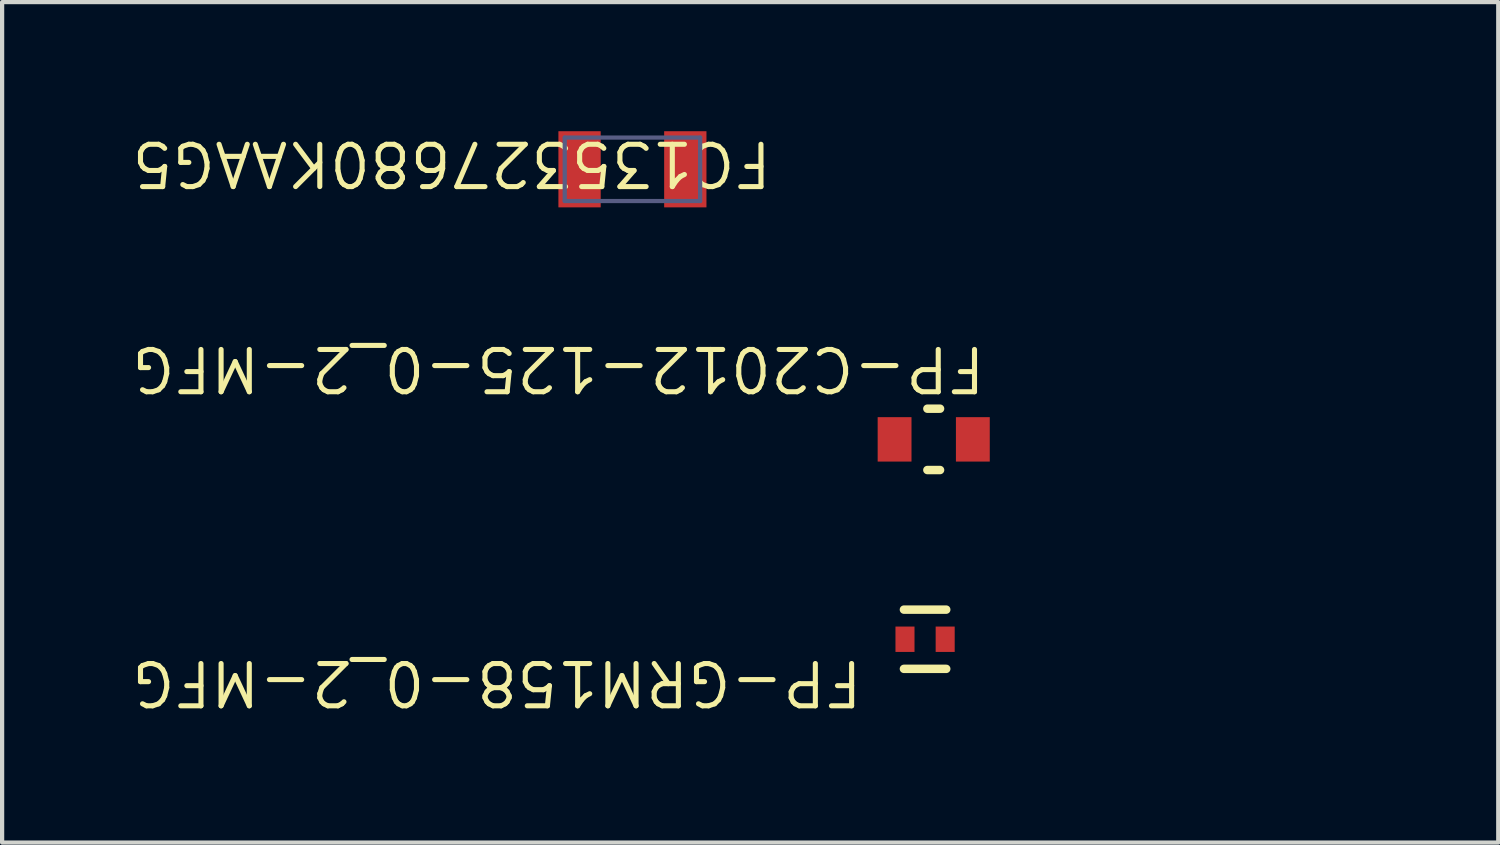
<source format=kicad_pcb>
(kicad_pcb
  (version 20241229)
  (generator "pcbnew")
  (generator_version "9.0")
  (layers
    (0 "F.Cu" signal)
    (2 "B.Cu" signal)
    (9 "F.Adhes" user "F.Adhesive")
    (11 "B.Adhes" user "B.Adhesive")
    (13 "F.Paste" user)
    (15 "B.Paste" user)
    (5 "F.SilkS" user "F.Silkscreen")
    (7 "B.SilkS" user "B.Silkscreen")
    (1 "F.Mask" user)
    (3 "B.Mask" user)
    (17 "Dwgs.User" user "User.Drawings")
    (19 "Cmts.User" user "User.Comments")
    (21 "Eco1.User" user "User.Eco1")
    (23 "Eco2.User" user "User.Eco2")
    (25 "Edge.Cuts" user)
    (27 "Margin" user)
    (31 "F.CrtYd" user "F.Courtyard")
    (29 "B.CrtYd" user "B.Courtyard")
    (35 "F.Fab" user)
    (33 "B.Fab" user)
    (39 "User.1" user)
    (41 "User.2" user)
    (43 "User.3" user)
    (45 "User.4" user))
  (footprint "FP-GRM158-0_2-MFG"
    (layer "F.Cu")
    (at 18.818 12.061)
    (property "Reference" "FP-GRM158-0_2-MFG" (at -1.42 0.445 180) (unlocked yes) (layer "F.SilkS") (effects (font (size 1 1) (thickness 0.12)) (justify left bottom)))
    (fp_line (start 0.5 -0.7) (end -0.5 -0.7) (stroke (width 0.2) (type solid)) (layer "F.SilkS"))
    (fp_line (start 0.5 0.7) (end -0.5 0.7) (stroke (width 0.2) (type solid)) (layer "F.SilkS"))
    (fp_line (start -0.8 0.45) (end -0.8 -0.45) (stroke (width 0.2) (type solid)) (layer "User.2"))
    (fp_line (start 0.8 -0.45) (end -0.8 -0.45) (stroke (width 0.2) (type solid)) (layer "User.2"))
    (fp_line (start 0.8 0.45) (end -0.8 0.45) (stroke (width 0.2) (type solid)) (layer "User.2"))
    (fp_line (start 0.8 0.45) (end 0.8 -0.45) (stroke (width 0.2) (type solid)) (layer "User.2"))
    (fp_line (start -0.8 0.45) (end -0.8 -0.45) (stroke (width 0.2) (type solid)) (layer "User.3"))
    (fp_line (start 0.8 -0.45) (end -0.8 -0.45) (stroke (width 0.2) (type solid)) (layer "User.3"))
    (fp_line (start 0.8 0.45) (end -0.8 0.45) (stroke (width 0.2) (type solid)) (layer "User.3"))
    (fp_line (start 0.8 0.45) (end 0.8 -0.45) (stroke (width 0.2) (type solid)) (layer "User.3"))
    (fp_line (start -0.00003 0.5) (end -0.00003 -0.5) (stroke (width 0.1) (type solid)) (layer "User.4"))
    (fp_line (start 0.5 -0.00002) (end -0.5 -0.00002) (stroke (width 0.1) (type solid)) (layer "User.4"))
    (fp_line (start -0.6 0.35) (end -0.6 -0.35) (stroke (width 0.2) (type solid)) (layer "User.14"))
    (fp_line (start 0.6 -0.35) (end -0.6 -0.35) (stroke (width 0.2) (type solid)) (layer "User.14"))
    (fp_line (start 0.6 0.35) (end -0.6 0.35) (stroke (width 0.2) (type solid)) (layer "User.14"))
    (fp_line (start 0.6 0.35) (end 0.6 -0.35) (stroke (width 0.2) (type solid)) (layer "User.14"))
    (fp_text user "${REFERENCE}" (at -0.00001 0.096 0) (unlocked yes) (layer "User.2") (effects (font (face "Arial") (size 0.63 0.63) (thickness 0.1)) (justify left bottom)))
    (pad "1" smd rect (at -0.475 -0.00002) (size 0.45 0.6) (layers "F.Cu" "F.Mask" "F.Paste"))
    (pad "2" smd rect (at 0.475 -0.00002) (size 0.45 0.6) (layers "F.Cu" "F.Mask" "F.Paste")))
  (footprint "FC135327680KAAG5"
    (layer "F.Cu")
    (at 11.9 0.952)
    (property "Reference" "FC135327680KAAG5" (at 3.355 -0.72 180) (unlocked yes) (layer "F.SilkS") (effects (font (size 1 1) (thickness 0.12)) (justify left bottom)))
    (fp_line (start -1.6 -0.75) (end -1.6 0.75) (stroke (width 0.1) (type solid)) (layer "B.Fab"))
    (fp_line (start 1.6 -0.75) (end -1.6 -0.75) (stroke (width 0.1) (type solid)) (layer "B.Fab"))
    (fp_line (start 1.6 -0.75) (end 1.6 0.75) (stroke (width 0.1) (type solid)) (layer "B.Fab"))
    (fp_line (start 1.6 0.75) (end -1.6 0.75) (stroke (width 0.1) (type solid)) (layer "B.Fab"))
    (pad "1" smd rect (at -1.25 0 90) (size 1.8 1) (layers "F.Cu" "F.Mask" "F.Paste"))
    (pad "2" smd rect (at 1.25 0 90) (size 1.8 1) (layers "F.Cu" "F.Mask" "F.Paste")))
  (footprint "FP-C2012-125-0_2-MFG"
    (layer "F.Cu")
    (at 19.022 7.336)
    (property "Reference" "FP-C2012-125-0_2-MFG" (at 1.281 -2.254 180) (unlocked yes) (layer "F.SilkS") (effects (font (size 1 1) (thickness 0.12)) (justify left bottom)))
    (fp_line (start 0.15 -0.725) (end -0.15 -0.725) (stroke (width 0.2) (type solid)) (layer "F.SilkS"))
    (fp_line (start 0.15 0.725) (end -0.15 0.725) (stroke (width 0.2) (type solid)) (layer "F.SilkS"))
    (fp_line (start -1.425 0.825) (end -1.425 -0.825) (stroke (width 0.2) (type solid)) (layer "User.2"))
    (fp_line (start 1.425 -0.825) (end -1.425 -0.825) (stroke (width 0.2) (type solid)) (layer "User.2"))
    (fp_line (start 1.425 0.825) (end -1.425 0.825) (stroke (width 0.2) (type solid)) (layer "User.2"))
    (fp_line (start 1.425 0.825) (end 1.425 -0.825) (stroke (width 0.2) (type solid)) (layer "User.2"))
    (fp_line (start -1.425 0.825) (end -1.425 -0.825) (stroke (width 0.2) (type solid)) (layer "User.3"))
    (fp_line (start 1.425 -0.825) (end -1.425 -0.825) (stroke (width 0.2) (type solid)) (layer "User.3"))
    (fp_line (start 1.425 0.825) (end -1.425 0.825) (stroke (width 0.2) (type solid)) (layer "User.3"))
    (fp_line (start 1.425 0.825) (end 1.425 -0.825) (stroke (width 0.2) (type solid)) (layer "User.3"))
    (fp_line (start -0.00001 0.5) (end -0.00001 -0.5) (stroke (width 0.1) (type solid)) (layer "User.4"))
    (fp_line (start 0.5 -0.00002) (end -0.5 -0.00002) (stroke (width 0.1) (type solid)) (layer "User.4"))
    (fp_line (start -1.1 0.725) (end -1.1 -0.725) (stroke (width 0.2) (type solid)) (layer "User.14"))
    (fp_line (start 1.1 -0.725) (end -1.1 -0.725) (stroke (width 0.2) (type solid)) (layer "User.14"))
    (fp_line (start 1.1 0.725) (end -1.1 0.725) (stroke (width 0.2) (type solid)) (layer "User.14"))
    (fp_line (start 1.1 0.725) (end 1.1 -0.725) (stroke (width 0.2) (type solid)) (layer "User.14"))
    (fp_text user "${REFERENCE}" (at -0.00001 0.096 0) (unlocked yes) (layer "User.2") (effects (font (face "Arial") (size 0.63 0.63) (thickness 0.1)) (justify left bottom)))
    (pad "1" smd rect (at -0.925 -0.00002) (size 0.8 1.05) (layers "F.Cu" "F.Mask" "F.Paste"))
    (pad "2" smd rect (at 0.925 -0.00002) (size 0.8 1.05) (layers "F.Cu" "F.Mask" "F.Paste")))
  (gr_rect
    (start -3 -3)
    (end 32.367 16.867)
    (stroke (width 0.1) (type default))
    (fill no)
    (layer "Edge.Cuts")))
</source>
